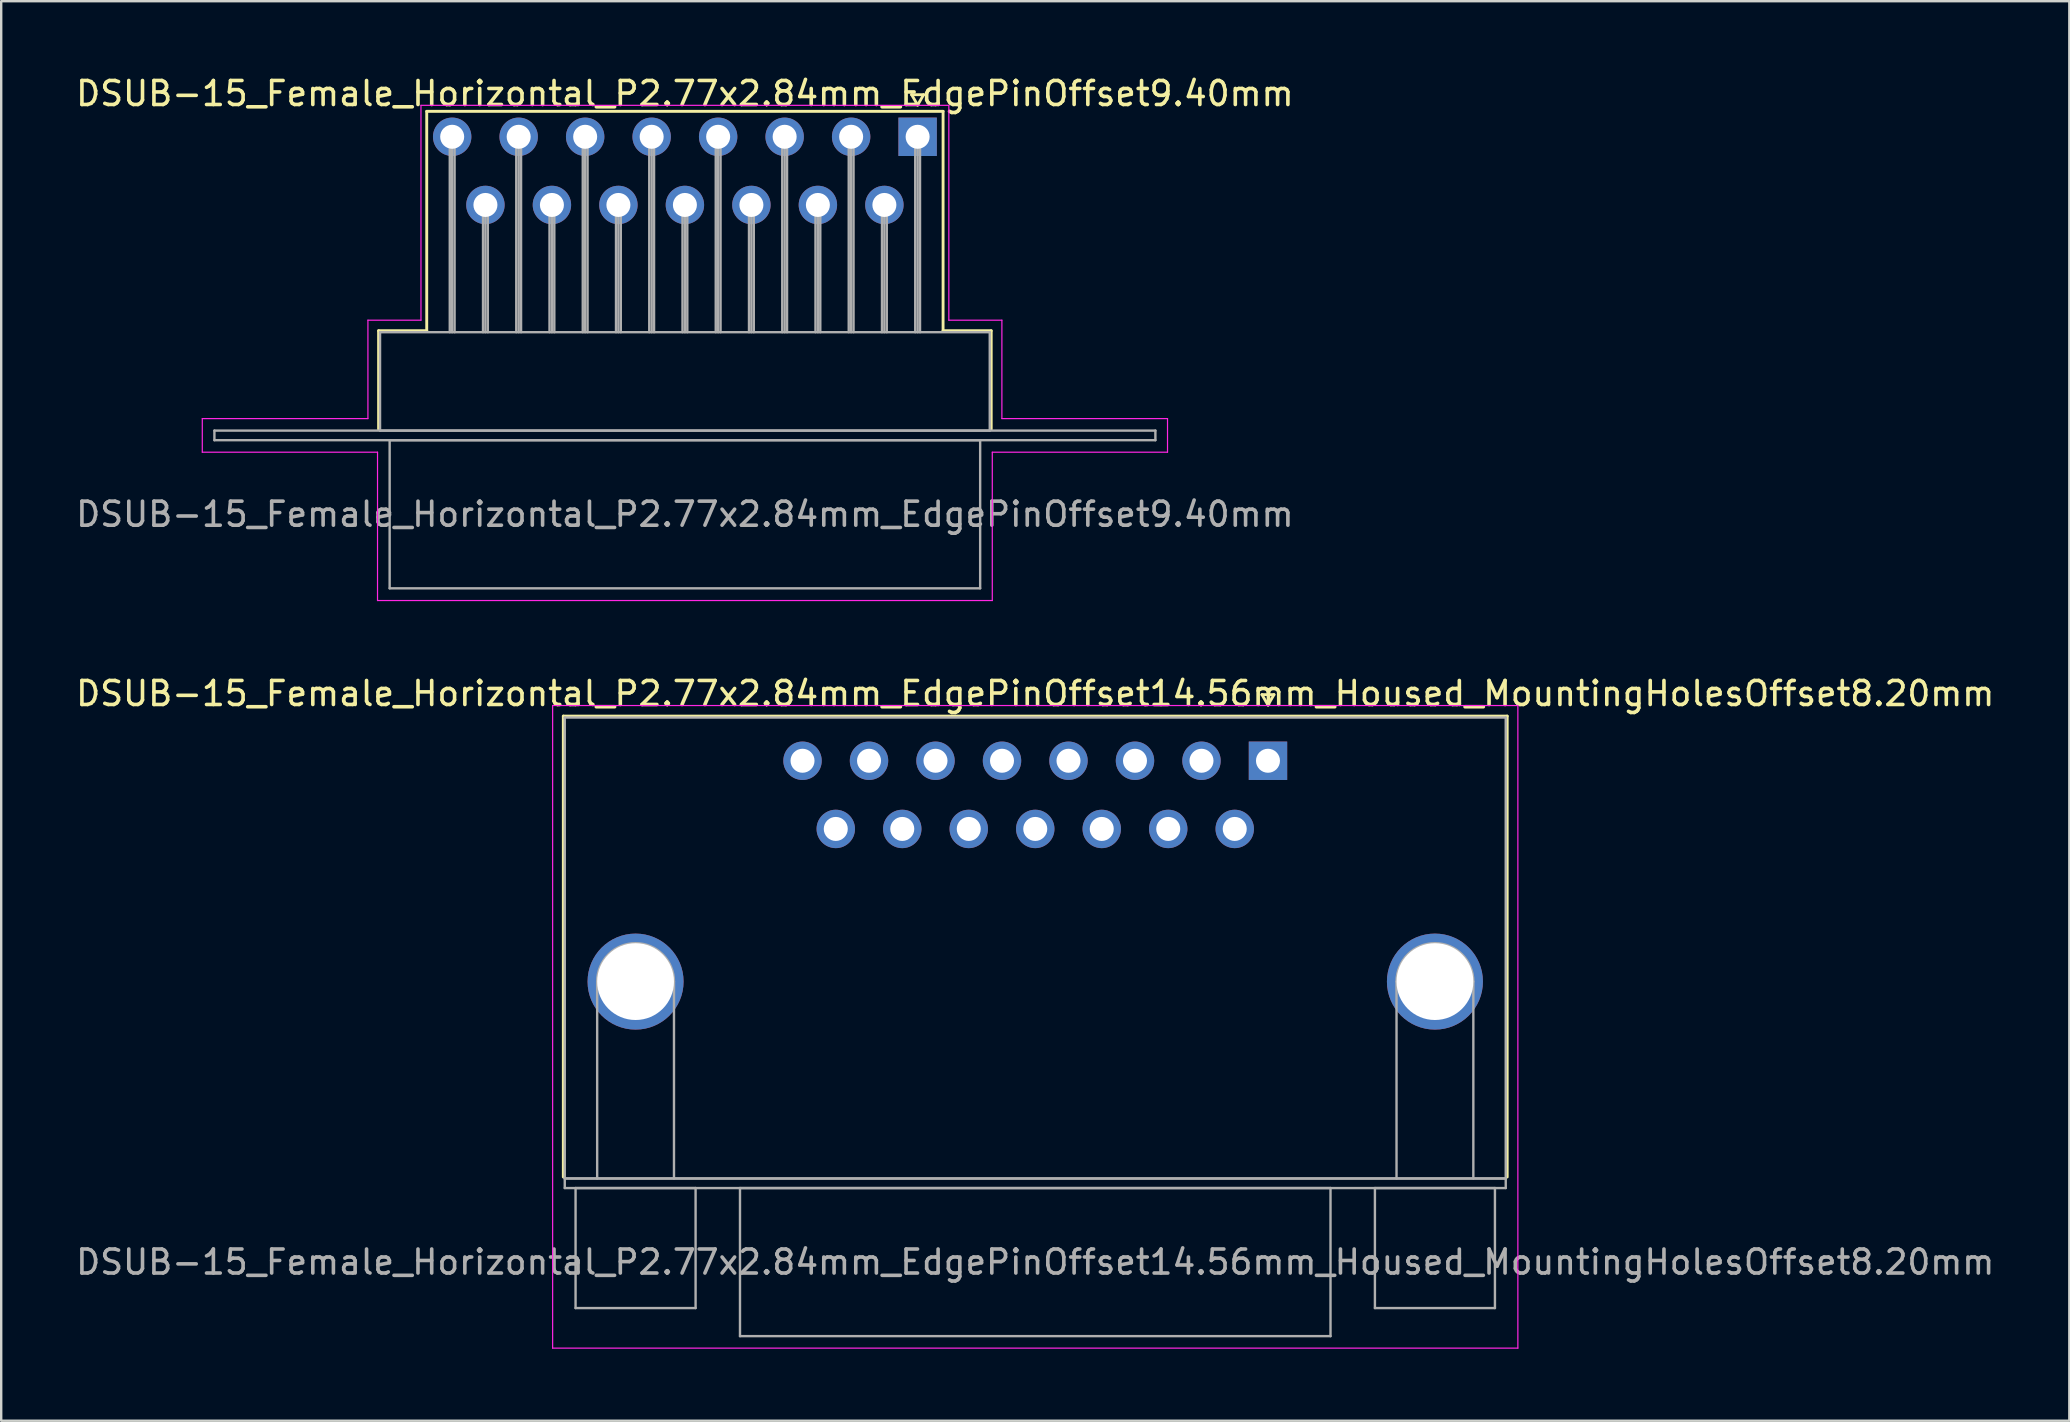
<source format=kicad_pcb>
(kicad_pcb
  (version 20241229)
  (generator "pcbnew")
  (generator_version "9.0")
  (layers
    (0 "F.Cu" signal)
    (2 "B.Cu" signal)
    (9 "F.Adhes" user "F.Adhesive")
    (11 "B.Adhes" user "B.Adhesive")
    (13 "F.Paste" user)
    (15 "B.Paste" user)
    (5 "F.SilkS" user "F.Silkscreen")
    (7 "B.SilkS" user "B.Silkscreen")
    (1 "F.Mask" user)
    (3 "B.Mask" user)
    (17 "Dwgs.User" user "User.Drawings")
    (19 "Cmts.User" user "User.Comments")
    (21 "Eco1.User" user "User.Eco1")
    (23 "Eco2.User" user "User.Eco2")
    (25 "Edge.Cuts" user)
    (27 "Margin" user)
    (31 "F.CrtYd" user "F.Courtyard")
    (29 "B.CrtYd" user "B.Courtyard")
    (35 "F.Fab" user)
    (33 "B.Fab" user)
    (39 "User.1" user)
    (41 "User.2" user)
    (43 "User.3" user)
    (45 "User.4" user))
  (footprint "DSUB-15_Female_Horizontal_P2.77x2.84mm_EdgePinOffset14.56mm_Housed_MountingHolesOffset8.20mm"
    (layer "F.Cu")
    (at 49.772 28.642)
    (property "Reference" "DSUB-15_Female_Horizontal_P2.77x2.84mm_EdgePinOffset14.56mm_Housed_MountingHolesOffset8.20mm" (at -9.695 -2.8 0) (layer "F.SilkS") (effects (font (size 1 1) (thickness 0.15))))
    (attr through_hole)
    (fp_line (start -29.355 -1.86) (end 9.965 -1.86) (stroke (width 0.12) (type solid)) (layer "F.SilkS"))
    (fp_line (start -29.355 17.34) (end -29.355 -1.86) (stroke (width 0.12) (type solid)) (layer "F.SilkS"))
    (fp_line (start -0.25 -2.754) (end 0.25 -2.754) (stroke (width 0.12) (type solid)) (layer "F.SilkS"))
    (fp_line (start 0 -2.321) (end -0.25 -2.754) (stroke (width 0.12) (type solid)) (layer "F.SilkS"))
    (fp_line (start 0.25 -2.754) (end 0 -2.321) (stroke (width 0.12) (type solid)) (layer "F.SilkS"))
    (fp_line (start 9.965 -1.86) (end 9.965 17.34) (stroke (width 0.12) (type solid)) (layer "F.SilkS"))
    (fp_line (start -29.8 -2.3) (end -29.8 24.47) (stroke (width 0.05) (type solid)) (layer "F.CrtYd"))
    (fp_line (start -29.8 24.47) (end 10.41 24.47) (stroke (width 0.05) (type solid)) (layer "F.CrtYd"))
    (fp_line (start 10.41 -2.3) (end -29.8 -2.3) (stroke (width 0.05) (type solid)) (layer "F.CrtYd"))
    (fp_line (start 10.41 24.47) (end 10.41 -2.3) (stroke (width 0.05) (type solid)) (layer "F.CrtYd"))
    (fp_line (start -29.295 -1.8) (end -29.295 17.4) (stroke (width 0.1) (type solid)) (layer "F.Fab"))
    (fp_line (start -29.295 17.4) (end -29.295 17.8) (stroke (width 0.1) (type solid)) (layer "F.Fab"))
    (fp_line (start -29.295 17.4) (end 9.905 17.4) (stroke (width 0.1) (type solid)) (layer "F.Fab"))
    (fp_line (start -29.295 17.8) (end 9.905 17.8) (stroke (width 0.1) (type solid)) (layer "F.Fab"))
    (fp_line (start -28.845 17.8) (end -28.845 22.8) (stroke (width 0.1) (type solid)) (layer "F.Fab"))
    (fp_line (start -28.845 22.8) (end -23.845 22.8) (stroke (width 0.1) (type solid)) (layer "F.Fab"))
    (fp_line (start -27.945 17.4) (end -27.945 9.2) (stroke (width 0.1) (type solid)) (layer "F.Fab"))
    (fp_line (start -24.745 17.4) (end -24.745 9.2) (stroke (width 0.1) (type solid)) (layer "F.Fab"))
    (fp_line (start -23.845 17.8) (end -28.845 17.8) (stroke (width 0.1) (type solid)) (layer "F.Fab"))
    (fp_line (start -23.845 22.8) (end -23.845 17.8) (stroke (width 0.1) (type solid)) (layer "F.Fab"))
    (fp_line (start -21.995 17.8) (end -21.995 23.97) (stroke (width 0.1) (type solid)) (layer "F.Fab"))
    (fp_line (start -21.995 23.97) (end 2.605 23.97) (stroke (width 0.1) (type solid)) (layer "F.Fab"))
    (fp_line (start 2.605 17.8) (end -21.995 17.8) (stroke (width 0.1) (type solid)) (layer "F.Fab"))
    (fp_line (start 2.605 23.97) (end 2.605 17.8) (stroke (width 0.1) (type solid)) (layer "F.Fab"))
    (fp_line (start 4.455 17.8) (end 4.455 22.8) (stroke (width 0.1) (type solid)) (layer "F.Fab"))
    (fp_line (start 4.455 22.8) (end 9.455 22.8) (stroke (width 0.1) (type solid)) (layer "F.Fab"))
    (fp_line (start 5.355 17.4) (end 5.355 9.2) (stroke (width 0.1) (type solid)) (layer "F.Fab"))
    (fp_line (start 8.555 17.4) (end 8.555 9.2) (stroke (width 0.1) (type solid)) (layer "F.Fab"))
    (fp_line (start 9.455 17.8) (end 4.455 17.8) (stroke (width 0.1) (type solid)) (layer "F.Fab"))
    (fp_line (start 9.455 22.8) (end 9.455 17.8) (stroke (width 0.1) (type solid)) (layer "F.Fab"))
    (fp_line (start 9.905 -1.8) (end -29.295 -1.8) (stroke (width 0.1) (type solid)) (layer "F.Fab"))
    (fp_line (start 9.905 17.4) (end -29.295 17.4) (stroke (width 0.1) (type solid)) (layer "F.Fab"))
    (fp_line (start 9.905 17.4) (end 9.905 -1.8) (stroke (width 0.1) (type solid)) (layer "F.Fab"))
    (fp_line (start 9.905 17.8) (end 9.905 17.4) (stroke (width 0.1) (type solid)) (layer "F.Fab"))
    (fp_arc (start -27.945 9.2) (mid -26.345 7.6) (end -24.745 9.2) (stroke (width 0.1) (type solid)) (layer "F.Fab"))
    (fp_arc (start 5.355 9.2) (mid 6.955 7.6) (end 8.555 9.2) (stroke (width 0.1) (type solid)) (layer "F.Fab"))
    (fp_text user "${REFERENCE}" (at -9.695 20.885 0) (layer "F.Fab") (effects (font (size 1 1) (thickness 0.15))))
    (pad "0" thru_hole circle (at -26.345 9.2) (size 4 4) (drill 3.2) (layers "*.Cu" "*.Mask"))
    (pad "0" thru_hole circle (at 6.955 9.2) (size 4 4) (drill 3.2) (layers "*.Cu" "*.Mask"))
    (pad "1" thru_hole rect (at 0 0) (size 1.6 1.6) (drill 1) (layers "*.Cu" "*.Mask"))
    (pad "2" thru_hole circle (at -2.77 0) (size 1.6 1.6) (drill 1) (layers "*.Cu" "*.Mask"))
    (pad "3" thru_hole circle (at -5.54 0) (size 1.6 1.6) (drill 1) (layers "*.Cu" "*.Mask"))
    (pad "4" thru_hole circle (at -8.31 0) (size 1.6 1.6) (drill 1) (layers "*.Cu" "*.Mask"))
    (pad "5" thru_hole circle (at -11.08 0) (size 1.6 1.6) (drill 1) (layers "*.Cu" "*.Mask"))
    (pad "6" thru_hole circle (at -13.85 0) (size 1.6 1.6) (drill 1) (layers "*.Cu" "*.Mask"))
    (pad "7" thru_hole circle (at -16.62 0) (size 1.6 1.6) (drill 1) (layers "*.Cu" "*.Mask"))
    (pad "8" thru_hole circle (at -19.39 0) (size 1.6 1.6) (drill 1) (layers "*.Cu" "*.Mask"))
    (pad "9" thru_hole circle (at -1.385 2.84) (size 1.6 1.6) (drill 1) (layers "*.Cu" "*.Mask"))
    (pad "10" thru_hole circle (at -4.155 2.84) (size 1.6 1.6) (drill 1) (layers "*.Cu" "*.Mask"))
    (pad "11" thru_hole circle (at -6.925 2.84) (size 1.6 1.6) (drill 1) (layers "*.Cu" "*.Mask"))
    (pad "12" thru_hole circle (at -9.695 2.84) (size 1.6 1.6) (drill 1) (layers "*.Cu" "*.Mask"))
    (pad "13" thru_hole circle (at -12.465 2.84) (size 1.6 1.6) (drill 1) (layers "*.Cu" "*.Mask"))
    (pad "14" thru_hole circle (at -15.235 2.84) (size 1.6 1.6) (drill 1) (layers "*.Cu" "*.Mask"))
    (pad "15" thru_hole circle (at -18.005 2.84) (size 1.6 1.6) (drill 1) (layers "*.Cu" "*.Mask")))
  (footprint "DSUB-15_Female_Horizontal_P2.77x2.84mm_EdgePinOffset9.40mm"
    (layer "F.Cu")
    (at 35.177 2.648)
    (property "Reference" "DSUB-15_Female_Horizontal_P2.77x2.84mm_EdgePinOffset9.40mm" (at -9.695 -1.8 0) (layer "F.SilkS") (effects (font (size 1 1) (thickness 0.15))))
    (attr through_hole)
    (fp_line (start -22.455 8.08) (end -20.45 8.08) (stroke (width 0.12) (type solid)) (layer "F.SilkS"))
    (fp_line (start -22.455 12.18) (end -22.455 8.08) (stroke (width 0.12) (type solid)) (layer "F.SilkS"))
    (fp_line (start -20.45 -1.06) (end 1.06 -1.06) (stroke (width 0.12) (type solid)) (layer "F.SilkS"))
    (fp_line (start -20.45 8.08) (end -20.45 -1.06) (stroke (width 0.12) (type solid)) (layer "F.SilkS"))
    (fp_line (start -0.25 -1.754) (end 0.25 -1.754) (stroke (width 0.12) (type solid)) (layer "F.SilkS"))
    (fp_line (start 0 -1.321) (end -0.25 -1.754) (stroke (width 0.12) (type solid)) (layer "F.SilkS"))
    (fp_line (start 0.25 -1.754) (end 0 -1.321) (stroke (width 0.12) (type solid)) (layer "F.SilkS"))
    (fp_line (start 1.06 -1.06) (end 1.06 8.08) (stroke (width 0.12) (type solid)) (layer "F.SilkS"))
    (fp_line (start 1.06 8.08) (end 3.065 8.08) (stroke (width 0.12) (type solid)) (layer "F.SilkS"))
    (fp_line (start 3.065 8.08) (end 3.065 12.18) (stroke (width 0.12) (type solid)) (layer "F.SilkS"))
    (fp_line (start -29.8 11.74) (end -22.9 11.74) (stroke (width 0.05) (type solid)) (layer "F.CrtYd"))
    (fp_line (start -29.8 13.14) (end -29.8 11.74) (stroke (width 0.05) (type solid)) (layer "F.CrtYd"))
    (fp_line (start -22.9 7.64) (end -20.69 7.64) (stroke (width 0.05) (type solid)) (layer "F.CrtYd"))
    (fp_line (start -22.9 11.74) (end -22.9 7.64) (stroke (width 0.05) (type solid)) (layer "F.CrtYd"))
    (fp_line (start -22.5 13.14) (end -29.8 13.14) (stroke (width 0.05) (type solid)) (layer "F.CrtYd"))
    (fp_line (start -22.5 19.32) (end -22.5 13.14) (stroke (width 0.05) (type solid)) (layer "F.CrtYd"))
    (fp_line (start -20.69 -1.31) (end 1.3 -1.31) (stroke (width 0.05) (type solid)) (layer "F.CrtYd"))
    (fp_line (start -20.69 7.64) (end -20.69 -1.31) (stroke (width 0.05) (type solid)) (layer "F.CrtYd"))
    (fp_line (start 1.3 -1.31) (end 1.3 7.64) (stroke (width 0.05) (type solid)) (layer "F.CrtYd"))
    (fp_line (start 1.3 7.64) (end 3.51 7.64) (stroke (width 0.05) (type solid)) (layer "F.CrtYd"))
    (fp_line (start 3.11 13.14) (end 3.11 19.32) (stroke (width 0.05) (type solid)) (layer "F.CrtYd"))
    (fp_line (start 3.11 19.32) (end -22.5 19.32) (stroke (width 0.05) (type solid)) (layer "F.CrtYd"))
    (fp_line (start 3.51 7.64) (end 3.51 11.74) (stroke (width 0.05) (type solid)) (layer "F.CrtYd"))
    (fp_line (start 3.51 11.74) (end 10.41 11.74) (stroke (width 0.05) (type solid)) (layer "F.CrtYd"))
    (fp_line (start 10.41 11.74) (end 10.41 13.14) (stroke (width 0.05) (type solid)) (layer "F.CrtYd"))
    (fp_line (start 10.41 13.14) (end 3.11 13.14) (stroke (width 0.05) (type solid)) (layer "F.CrtYd"))
    (fp_line (start -29.295 12.24) (end -29.295 12.64) (stroke (width 0.1) (type solid)) (layer "F.Fab"))
    (fp_line (start -29.295 12.64) (end 9.905 12.64) (stroke (width 0.1) (type solid)) (layer "F.Fab"))
    (fp_line (start -22.395 8.14) (end -22.395 12.24) (stroke (width 0.1) (type solid)) (layer "F.Fab"))
    (fp_line (start -22.395 12.24) (end 3.005 12.24) (stroke (width 0.1) (type solid)) (layer "F.Fab"))
    (fp_line (start -21.995 12.64) (end -21.995 18.81) (stroke (width 0.1) (type solid)) (layer "F.Fab"))
    (fp_line (start -21.995 18.81) (end 2.605 18.81) (stroke (width 0.1) (type solid)) (layer "F.Fab"))
    (fp_line (start -19.49 0) (end -19.49 8.14) (stroke (width 0.1) (type solid)) (layer "F.Fab"))
    (fp_line (start -19.39 0) (end -19.39 8.14) (stroke (width 0.1) (type solid)) (layer "F.Fab"))
    (fp_line (start -19.29 0) (end -19.29 8.14) (stroke (width 0.1) (type solid)) (layer "F.Fab"))
    (fp_line (start -18.105 2.84) (end -18.105 8.14) (stroke (width 0.1) (type solid)) (layer "F.Fab"))
    (fp_line (start -18.005 2.84) (end -18.005 8.14) (stroke (width 0.1) (type solid)) (layer "F.Fab"))
    (fp_line (start -17.905 2.84) (end -17.905 8.14) (stroke (width 0.1) (type solid)) (layer "F.Fab"))
    (fp_line (start -16.72 0) (end -16.72 8.14) (stroke (width 0.1) (type solid)) (layer "F.Fab"))
    (fp_line (start -16.62 0) (end -16.62 8.14) (stroke (width 0.1) (type solid)) (layer "F.Fab"))
    (fp_line (start -16.52 0) (end -16.52 8.14) (stroke (width 0.1) (type solid)) (layer "F.Fab"))
    (fp_line (start -15.335 2.84) (end -15.335 8.14) (stroke (width 0.1) (type solid)) (layer "F.Fab"))
    (fp_line (start -15.235 2.84) (end -15.235 8.14) (stroke (width 0.1) (type solid)) (layer "F.Fab"))
    (fp_line (start -15.135 2.84) (end -15.135 8.14) (stroke (width 0.1) (type solid)) (layer "F.Fab"))
    (fp_line (start -13.95 0) (end -13.95 8.14) (stroke (width 0.1) (type solid)) (layer "F.Fab"))
    (fp_line (start -13.85 0) (end -13.85 8.14) (stroke (width 0.1) (type solid)) (layer "F.Fab"))
    (fp_line (start -13.75 0) (end -13.75 8.14) (stroke (width 0.1) (type solid)) (layer "F.Fab"))
    (fp_line (start -12.565 2.84) (end -12.565 8.14) (stroke (width 0.1) (type solid)) (layer "F.Fab"))
    (fp_line (start -12.465 2.84) (end -12.465 8.14) (stroke (width 0.1) (type solid)) (layer "F.Fab"))
    (fp_line (start -12.365 2.84) (end -12.365 8.14) (stroke (width 0.1) (type solid)) (layer "F.Fab"))
    (fp_line (start -11.18 0) (end -11.18 8.14) (stroke (width 0.1) (type solid)) (layer "F.Fab"))
    (fp_line (start -11.08 0) (end -11.08 8.14) (stroke (width 0.1) (type solid)) (layer "F.Fab"))
    (fp_line (start -10.98 0) (end -10.98 8.14) (stroke (width 0.1) (type solid)) (layer "F.Fab"))
    (fp_line (start -9.795 2.84) (end -9.795 8.14) (stroke (width 0.1) (type solid)) (layer "F.Fab"))
    (fp_line (start -9.695 2.84) (end -9.695 8.14) (stroke (width 0.1) (type solid)) (layer "F.Fab"))
    (fp_line (start -9.595 2.84) (end -9.595 8.14) (stroke (width 0.1) (type solid)) (layer "F.Fab"))
    (fp_line (start -8.41 0) (end -8.41 8.14) (stroke (width 0.1) (type solid)) (layer "F.Fab"))
    (fp_line (start -8.31 0) (end -8.31 8.14) (stroke (width 0.1) (type solid)) (layer "F.Fab"))
    (fp_line (start -8.21 0) (end -8.21 8.14) (stroke (width 0.1) (type solid)) (layer "F.Fab"))
    (fp_line (start -7.025 2.84) (end -7.025 8.14) (stroke (width 0.1) (type solid)) (layer "F.Fab"))
    (fp_line (start -6.925 2.84) (end -6.925 8.14) (stroke (width 0.1) (type solid)) (layer "F.Fab"))
    (fp_line (start -6.825 2.84) (end -6.825 8.14) (stroke (width 0.1) (type solid)) (layer "F.Fab"))
    (fp_line (start -5.64 0) (end -5.64 8.14) (stroke (width 0.1) (type solid)) (layer "F.Fab"))
    (fp_line (start -5.54 0) (end -5.54 8.14) (stroke (width 0.1) (type solid)) (layer "F.Fab"))
    (fp_line (start -5.44 0) (end -5.44 8.14) (stroke (width 0.1) (type solid)) (layer "F.Fab"))
    (fp_line (start -4.255 2.84) (end -4.255 8.14) (stroke (width 0.1) (type solid)) (layer "F.Fab"))
    (fp_line (start -4.155 2.84) (end -4.155 8.14) (stroke (width 0.1) (type solid)) (layer "F.Fab"))
    (fp_line (start -4.055 2.84) (end -4.055 8.14) (stroke (width 0.1) (type solid)) (layer "F.Fab"))
    (fp_line (start -2.87 0) (end -2.87 8.14) (stroke (width 0.1) (type solid)) (layer "F.Fab"))
    (fp_line (start -2.77 0) (end -2.77 8.14) (stroke (width 0.1) (type solid)) (layer "F.Fab"))
    (fp_line (start -2.67 0) (end -2.67 8.14) (stroke (width 0.1) (type solid)) (layer "F.Fab"))
    (fp_line (start -1.485 2.84) (end -1.485 8.14) (stroke (width 0.1) (type solid)) (layer "F.Fab"))
    (fp_line (start -1.385 2.84) (end -1.385 8.14) (stroke (width 0.1) (type solid)) (layer "F.Fab"))
    (fp_line (start -1.285 2.84) (end -1.285 8.14) (stroke (width 0.1) (type solid)) (layer "F.Fab"))
    (fp_line (start -0.1 0) (end -0.1 8.14) (stroke (width 0.1) (type solid)) (layer "F.Fab"))
    (fp_line (start 0 0) (end 0 8.14) (stroke (width 0.1) (type solid)) (layer "F.Fab"))
    (fp_line (start 0.1 0) (end 0.1 8.14) (stroke (width 0.1) (type solid)) (layer "F.Fab"))
    (fp_line (start 2.605 12.64) (end -21.995 12.64) (stroke (width 0.1) (type solid)) (layer "F.Fab"))
    (fp_line (start 2.605 18.81) (end 2.605 12.64) (stroke (width 0.1) (type solid)) (layer "F.Fab"))
    (fp_line (start 3.005 8.14) (end -22.395 8.14) (stroke (width 0.1) (type solid)) (layer "F.Fab"))
    (fp_line (start 3.005 12.24) (end 3.005 8.14) (stroke (width 0.1) (type solid)) (layer "F.Fab"))
    (fp_line (start 9.905 12.24) (end -29.295 12.24) (stroke (width 0.1) (type solid)) (layer "F.Fab"))
    (fp_line (start 9.905 12.64) (end 9.905 12.24) (stroke (width 0.1) (type solid)) (layer "F.Fab"))
    (fp_text user "${REFERENCE}" (at -9.695 15.725 0) (layer "F.Fab") (effects (font (size 1 1) (thickness 0.15))))
    (pad "1" thru_hole rect (at 0 0) (size 1.6 1.6) (drill 1) (layers "*.Cu" "*.Mask"))
    (pad "2" thru_hole circle (at -2.77 0) (size 1.6 1.6) (drill 1) (layers "*.Cu" "*.Mask"))
    (pad "3" thru_hole circle (at -5.54 0) (size 1.6 1.6) (drill 1) (layers "*.Cu" "*.Mask"))
    (pad "4" thru_hole circle (at -8.31 0) (size 1.6 1.6) (drill 1) (layers "*.Cu" "*.Mask"))
    (pad "5" thru_hole circle (at -11.08 0) (size 1.6 1.6) (drill 1) (layers "*.Cu" "*.Mask"))
    (pad "6" thru_hole circle (at -13.85 0) (size 1.6 1.6) (drill 1) (layers "*.Cu" "*.Mask"))
    (pad "7" thru_hole circle (at -16.62 0) (size 1.6 1.6) (drill 1) (layers "*.Cu" "*.Mask"))
    (pad "8" thru_hole circle (at -19.39 0) (size 1.6 1.6) (drill 1) (layers "*.Cu" "*.Mask"))
    (pad "9" thru_hole circle (at -1.385 2.84) (size 1.6 1.6) (drill 1) (layers "*.Cu" "*.Mask"))
    (pad "10" thru_hole circle (at -4.155 2.84) (size 1.6 1.6) (drill 1) (layers "*.Cu" "*.Mask"))
    (pad "11" thru_hole circle (at -6.925 2.84) (size 1.6 1.6) (drill 1) (layers "*.Cu" "*.Mask"))
    (pad "12" thru_hole circle (at -9.695 2.84) (size 1.6 1.6) (drill 1) (layers "*.Cu" "*.Mask"))
    (pad "13" thru_hole circle (at -12.465 2.84) (size 1.6 1.6) (drill 1) (layers "*.Cu" "*.Mask"))
    (pad "14" thru_hole circle (at -15.235 2.84) (size 1.6 1.6) (drill 1) (layers "*.Cu" "*.Mask"))
    (pad "15" thru_hole circle (at -18.005 2.84) (size 1.6 1.6) (drill 1) (layers "*.Cu" "*.Mask")))
  (gr_rect
    (start -3 -3)
    (end 83.155 56.136)
    (stroke (width 0.1) (type default))
    (fill no)
    (layer "Edge.Cuts")))
</source>
